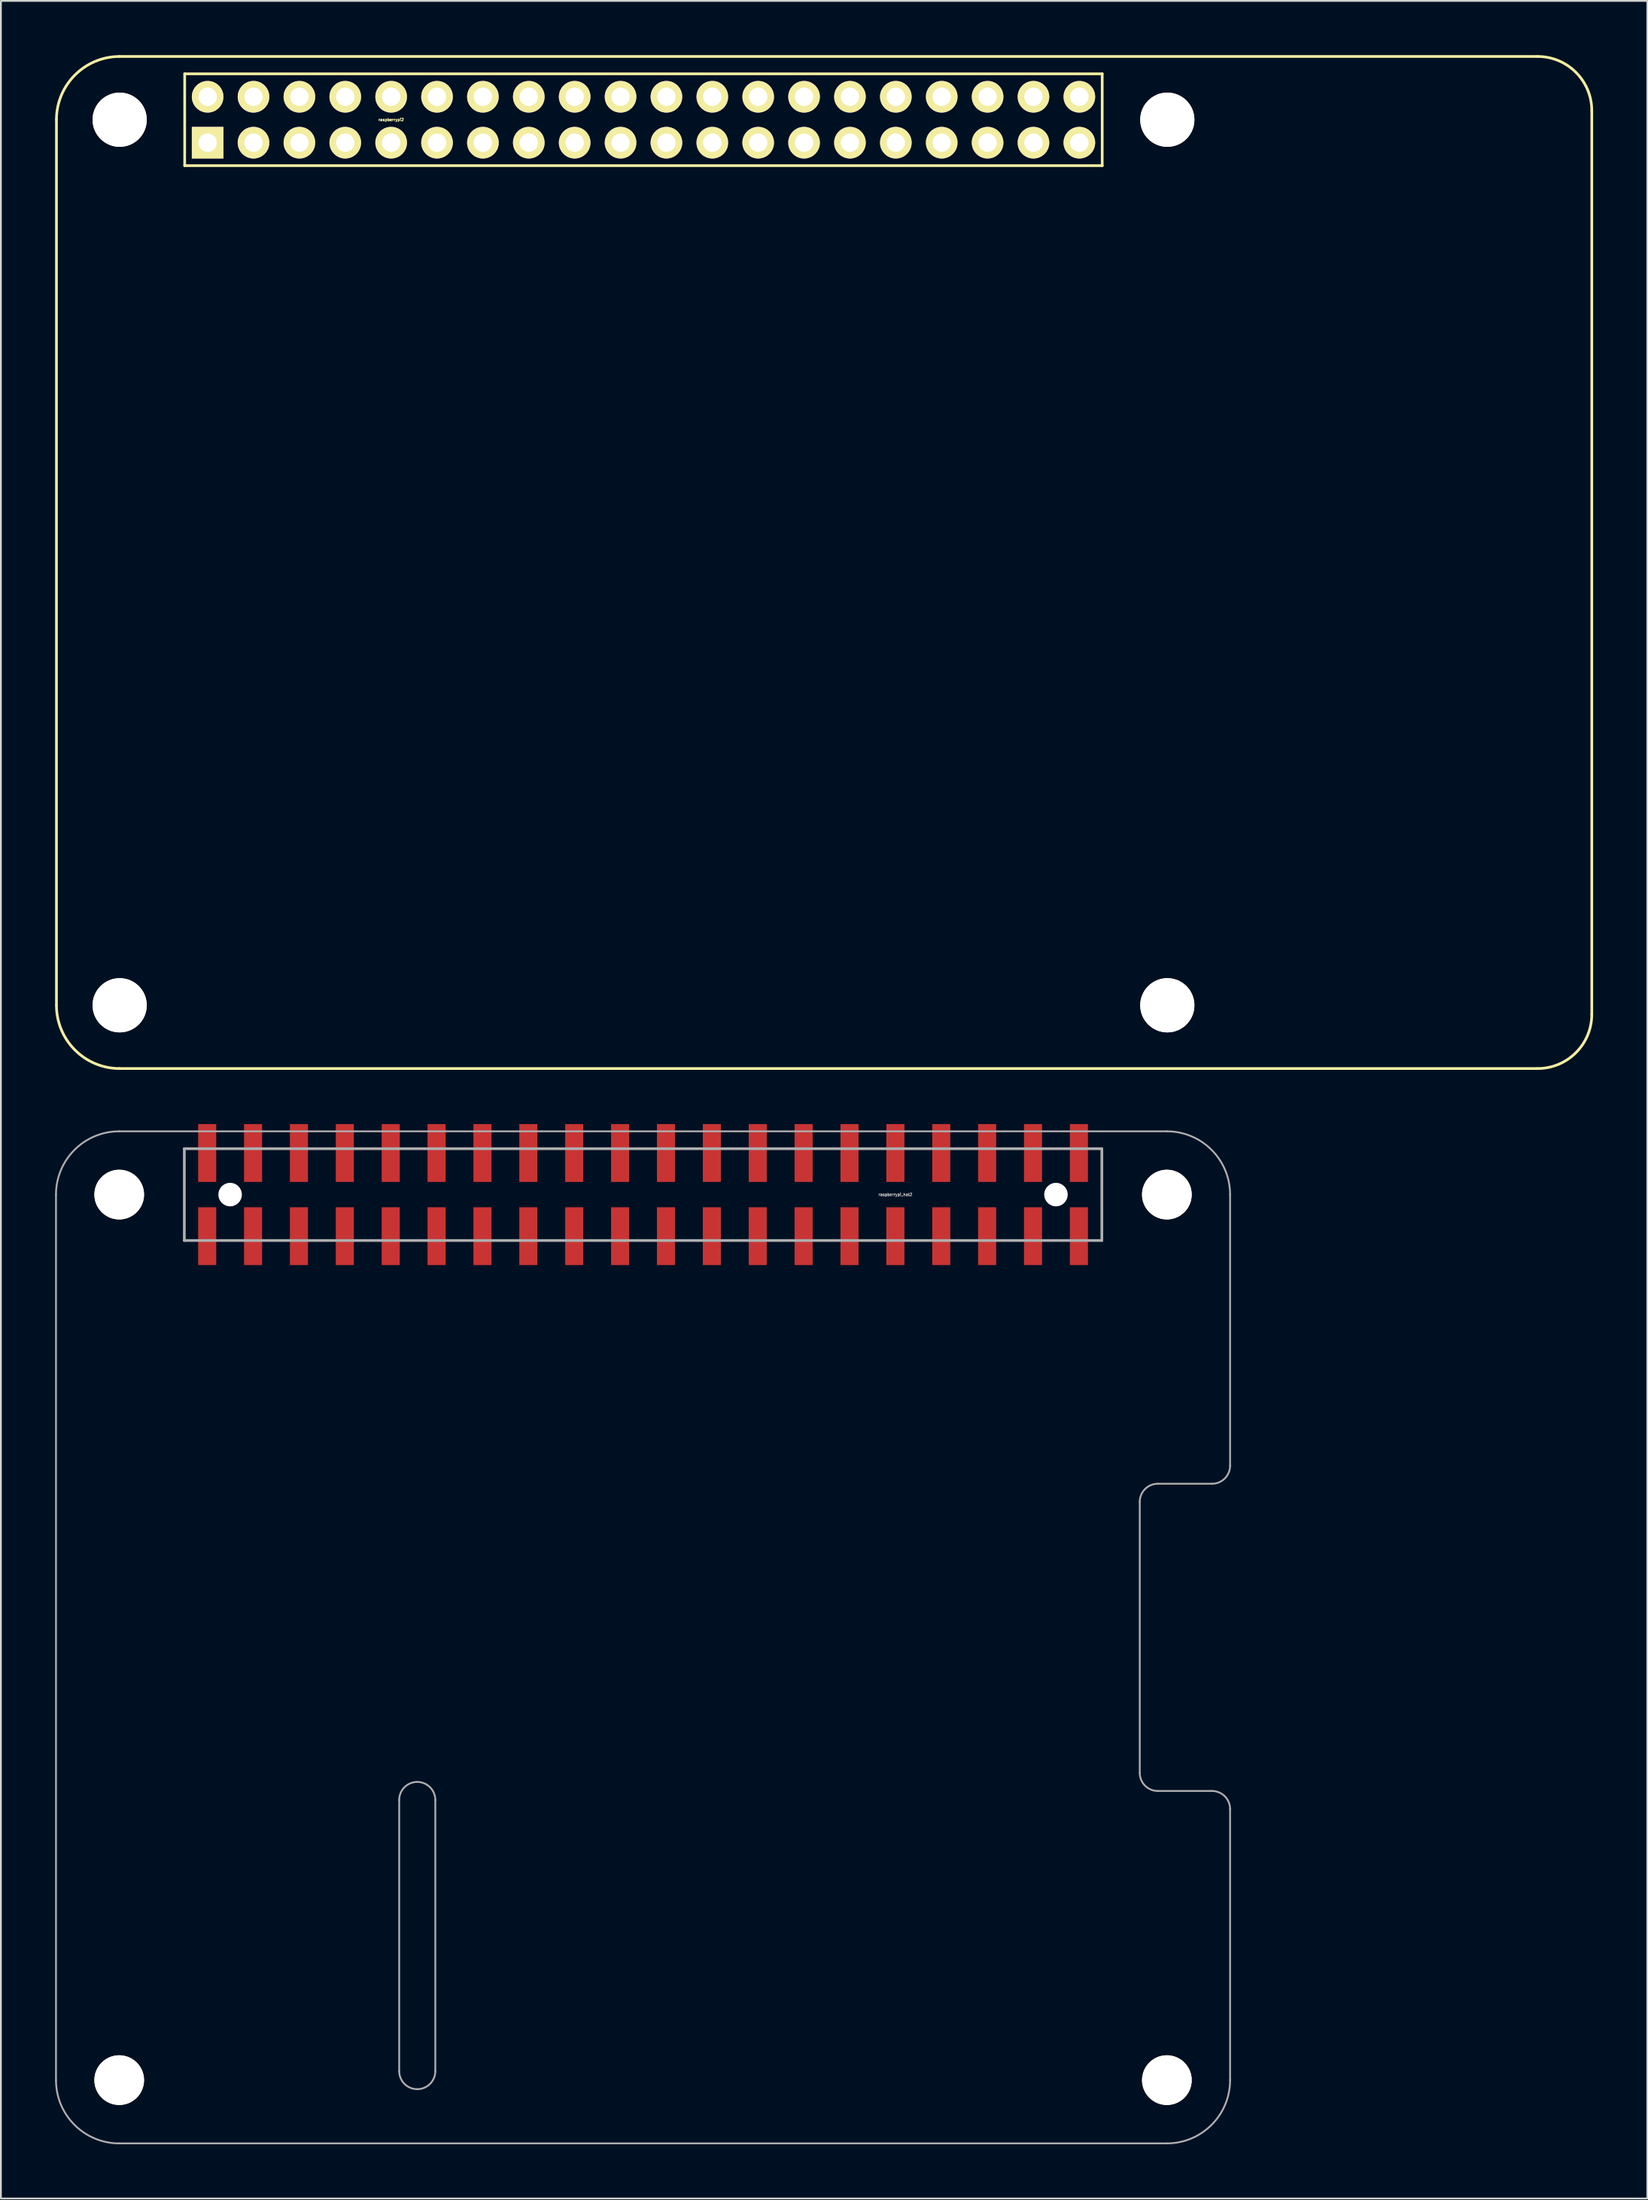
<source format=kicad_pcb>
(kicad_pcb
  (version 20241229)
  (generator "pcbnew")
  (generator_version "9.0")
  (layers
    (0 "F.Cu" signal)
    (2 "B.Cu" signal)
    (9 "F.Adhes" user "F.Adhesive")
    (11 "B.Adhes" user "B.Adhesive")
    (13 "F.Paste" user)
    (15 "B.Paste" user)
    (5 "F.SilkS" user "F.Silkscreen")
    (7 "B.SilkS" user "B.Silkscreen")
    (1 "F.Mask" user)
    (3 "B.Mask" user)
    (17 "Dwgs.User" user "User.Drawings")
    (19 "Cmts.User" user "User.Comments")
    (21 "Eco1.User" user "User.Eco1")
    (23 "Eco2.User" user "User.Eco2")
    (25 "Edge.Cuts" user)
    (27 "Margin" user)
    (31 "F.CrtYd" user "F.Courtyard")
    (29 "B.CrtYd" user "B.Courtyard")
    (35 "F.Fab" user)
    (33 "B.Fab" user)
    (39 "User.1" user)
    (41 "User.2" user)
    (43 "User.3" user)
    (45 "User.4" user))
  (footprint "raspberrypi2"
    (layer "F.Cu")
    (at 32.575 3.575)
    (property "Reference" "raspberrypi2" (at -13.97 0 0) (layer "F.SilkS") (effects (font (size 0.15 0.15) (thickness 0.037))))
    (attr through_hole)
    (fp_line (start -32.5 49) (end -32.5 0) (stroke (width 0.15) (type solid)) (layer "F.SilkS"))
    (fp_line (start -29 52.5) (end 49.5 52.5) (stroke (width 0.15) (type solid)) (layer "F.SilkS"))
    (fp_line (start -25.4 -2.54) (end -25.4 2.54) (stroke (width 0.15) (type solid)) (layer "F.SilkS"))
    (fp_line (start -25.4 -2.54) (end 25.4 -2.54) (stroke (width 0.15) (type solid)) (layer "F.SilkS"))
    (fp_line (start 25.395 2.54) (end 25.395 -2.54) (stroke (width 0.15) (type solid)) (layer "F.SilkS"))
    (fp_line (start 25.4 2.54) (end -25.4 2.54) (stroke (width 0.15) (type solid)) (layer "F.SilkS"))
    (fp_line (start 49.5 -3.5) (end -29 -3.5) (stroke (width 0.15) (type solid)) (layer "F.SilkS"))
    (fp_line (start 52.5 49.5) (end 52.5 -0.5) (stroke (width 0.15) (type solid)) (layer "F.SilkS"))
    (fp_arc (start -32.5 0) (mid -31.474874 -2.474874) (end -29 -3.5) (stroke (width 0.15) (type solid)) (layer "F.SilkS"))
    (fp_arc (start -29 52.5) (mid -31.474874 51.474874) (end -32.5 49) (stroke (width 0.15) (type solid)) (layer "F.SilkS"))
    (fp_arc (start 49.5 -3.5) (mid 51.62132 -2.62132) (end 52.5 -0.5) (stroke (width 0.15) (type solid)) (layer "F.SilkS"))
    (fp_arc (start 52.5 49.5) (mid 51.62132 51.62132) (end 49.5 52.5) (stroke (width 0.15) (type solid)) (layer "F.SilkS"))
    (pad "" np_thru_hole circle (at -29 0) (size 3 3) (drill 3) (layers "*.Cu" "*.Mask" "F.SilkS"))
    (pad "" np_thru_hole circle (at -29 49) (size 3 3) (drill 3) (layers "*.Cu" "*.Mask" "F.SilkS"))
    (pad "" np_thru_hole circle (at 29 0) (size 3 3) (drill 3) (layers "*.Cu" "*.Mask" "F.SilkS"))
    (pad "" np_thru_hole circle (at 29 49) (size 3 3) (drill 3) (layers "*.Cu" "*.Mask" "F.SilkS"))
    (pad "1" thru_hole rect (at -24.13 1.27) (size 1.75 1.75) (drill 1.016) (layers "*.Cu" "*.Mask" "F.SilkS"))
    (pad "2" thru_hole circle (at -24.13 -1.27) (size 1.75 1.75) (drill 1.016) (layers "*.Cu" "*.Mask" "F.SilkS"))
    (pad "3" thru_hole circle (at -21.59 1.27) (size 1.75 1.75) (drill 1.016) (layers "*.Cu" "*.Mask" "F.SilkS"))
    (pad "4" thru_hole circle (at -21.59 -1.27) (size 1.75 1.75) (drill 1.016) (layers "*.Cu" "*.Mask" "F.SilkS"))
    (pad "5" thru_hole circle (at -19.05 1.27) (size 1.75 1.75) (drill 1.016) (layers "*.Cu" "*.Mask" "F.SilkS"))
    (pad "6" thru_hole circle (at -19.05 -1.27) (size 1.75 1.75) (drill 1.016) (layers "*.Cu" "*.Mask" "F.SilkS"))
    (pad "7" thru_hole circle (at -16.51 1.27) (size 1.75 1.75) (drill 1.016) (layers "*.Cu" "*.Mask" "F.SilkS"))
    (pad "8" thru_hole circle (at -16.51 -1.27) (size 1.75 1.75) (drill 1.016) (layers "*.Cu" "*.Mask" "F.SilkS"))
    (pad "9" thru_hole circle (at -13.97 1.27) (size 1.75 1.75) (drill 1.016) (layers "*.Cu" "*.Mask" "F.SilkS"))
    (pad "10" thru_hole circle (at -13.97 -1.27) (size 1.75 1.75) (drill 1.016) (layers "*.Cu" "*.Mask" "F.SilkS"))
    (pad "11" thru_hole circle (at -11.43 1.27) (size 1.75 1.75) (drill 1.016) (layers "*.Cu" "*.Mask" "F.SilkS"))
    (pad "12" thru_hole circle (at -11.43 -1.27) (size 1.75 1.75) (drill 1.016) (layers "*.Cu" "*.Mask" "F.SilkS"))
    (pad "13" thru_hole circle (at -8.89 1.27) (size 1.75 1.75) (drill 1.016) (layers "*.Cu" "*.Mask" "F.SilkS"))
    (pad "14" thru_hole circle (at -8.89 -1.27) (size 1.75 1.75) (drill 1.016) (layers "*.Cu" "*.Mask" "F.SilkS"))
    (pad "15" thru_hole circle (at -6.35 1.27) (size 1.75 1.75) (drill 1.016) (layers "*.Cu" "*.Mask" "F.SilkS"))
    (pad "16" thru_hole circle (at -6.35 -1.27) (size 1.75 1.75) (drill 1.016) (layers "*.Cu" "*.Mask" "F.SilkS"))
    (pad "17" thru_hole circle (at -3.81 1.27) (size 1.75 1.75) (drill 1.016) (layers "*.Cu" "*.Mask" "F.SilkS"))
    (pad "18" thru_hole circle (at -3.81 -1.27) (size 1.75 1.75) (drill 1.016) (layers "*.Cu" "*.Mask" "F.SilkS"))
    (pad "19" thru_hole circle (at -1.27 1.27) (size 1.75 1.75) (drill 1.016) (layers "*.Cu" "*.Mask" "F.SilkS"))
    (pad "20" thru_hole circle (at -1.27 -1.27) (size 1.75 1.75) (drill 1.016) (layers "*.Cu" "*.Mask" "F.SilkS"))
    (pad "21" thru_hole circle (at 1.27 1.27) (size 1.75 1.75) (drill 1.016) (layers "*.Cu" "*.Mask" "F.SilkS"))
    (pad "22" thru_hole circle (at 1.27 -1.27) (size 1.75 1.75) (drill 1.016) (layers "*.Cu" "*.Mask" "F.SilkS"))
    (pad "23" thru_hole circle (at 3.81 1.27) (size 1.75 1.75) (drill 1.016) (layers "*.Cu" "*.Mask" "F.SilkS"))
    (pad "24" thru_hole circle (at 3.81 -1.27) (size 1.75 1.75) (drill 1.016) (layers "*.Cu" "*.Mask" "F.SilkS"))
    (pad "25" thru_hole circle (at 6.35 1.27) (size 1.75 1.75) (drill 1.016) (layers "*.Cu" "*.Mask" "F.SilkS"))
    (pad "26" thru_hole circle (at 6.35 -1.27) (size 1.75 1.75) (drill 1.016) (layers "*.Cu" "*.Mask" "F.SilkS"))
    (pad "27" thru_hole circle (at 8.89 1.27) (size 1.75 1.75) (drill 1.016) (layers "*.Cu" "*.Mask" "F.SilkS"))
    (pad "28" thru_hole circle (at 8.89 -1.27) (size 1.75 1.75) (drill 1.016) (layers "*.Cu" "*.Mask" "F.SilkS"))
    (pad "29" thru_hole circle (at 11.43 1.27) (size 1.75 1.75) (drill 1.016) (layers "*.Cu" "*.Mask" "F.SilkS"))
    (pad "30" thru_hole circle (at 11.43 -1.27) (size 1.75 1.75) (drill 1.016) (layers "*.Cu" "*.Mask" "F.SilkS"))
    (pad "31" thru_hole circle (at 13.97 -1.27) (size 1.75 1.75) (drill 1.016) (layers "*.Cu" "*.Mask" "F.SilkS"))
    (pad "32" thru_hole circle (at 13.97 1.27) (size 1.75 1.75) (drill 1.016) (layers "*.Cu" "*.Mask" "F.SilkS"))
    (pad "33" thru_hole circle (at 16.51 -1.27) (size 1.75 1.75) (drill 1.016) (layers "*.Cu" "*.Mask" "F.SilkS"))
    (pad "34" thru_hole circle (at 16.51 1.27) (size 1.75 1.75) (drill 1.016) (layers "*.Cu" "*.Mask" "F.SilkS"))
    (pad "35" thru_hole circle (at 19.05 -1.27) (size 1.75 1.75) (drill 1.016) (layers "*.Cu" "*.Mask" "F.SilkS"))
    (pad "36" thru_hole circle (at 19.05 1.27) (size 1.75 1.75) (drill 1.016) (layers "*.Cu" "*.Mask" "F.SilkS"))
    (pad "37" thru_hole circle (at 21.59 -1.27) (size 1.75 1.75) (drill 1.016) (layers "*.Cu" "*.Mask" "F.SilkS"))
    (pad "38" thru_hole circle (at 21.59 1.27) (size 1.75 1.75) (drill 1.016) (layers "*.Cu" "*.Mask" "F.SilkS"))
    (pad "39" thru_hole circle (at 24.13 -1.27) (size 1.75 1.75) (drill 1.016) (layers "*.Cu" "*.Mask" "F.SilkS"))
    (pad "40" thru_hole circle (at 24.13 1.27) (size 1.75 1.75) (drill 1.016) (layers "*.Cu" "*.Mask" "F.SilkS")))
  (footprint "raspberrypi_hat2"
    (layer "F.Cu")
    (at 32.55 63.05)
    (property "Reference" "raspberrypi_hat2" (at 13.97 0 0) (layer "F.Fab") (effects (font (size 0.15 0.15) (thickness 0.037))))
    (attr through_hole)
    (fp_line (start -32.5 0) (end -32.5 49) (stroke (width 0.1) (type solid)) (layer "F.Fab"))
    (fp_line (start -29 52.5) (end 29 52.5) (stroke (width 0.1) (type solid)) (layer "F.Fab"))
    (fp_line (start -25.4 2.54) (end 25.4 2.54) (stroke (width 0.15) (type solid)) (layer "F.Fab"))
    (fp_line (start -25.395 2.54) (end -25.395 -2.54) (stroke (width 0.15) (type solid)) (layer "F.Fab"))
    (fp_line (start -13.5 48.5) (end -13.5 33.5) (stroke (width 0.1) (type solid)) (layer "F.Fab"))
    (fp_line (start -11.5 33.5) (end -11.5 48.5) (stroke (width 0.1) (type solid)) (layer "F.Fab"))
    (fp_line (start 25.4 -2.54) (end -25.4 -2.54) (stroke (width 0.15) (type solid)) (layer "F.Fab"))
    (fp_line (start 25.4 -2.54) (end 25.4 2.54) (stroke (width 0.15) (type solid)) (layer "F.Fab"))
    (fp_line (start 27.5 32) (end 27.5 17) (stroke (width 0.1) (type solid)) (layer "F.Fab"))
    (fp_line (start 28.5 16) (end 31.5 16) (stroke (width 0.1) (type solid)) (layer "F.Fab"))
    (fp_line (start 28.5 33) (end 31.5 33) (stroke (width 0.1) (type solid)) (layer "F.Fab"))
    (fp_line (start 29 -3.5) (end -29 -3.5) (stroke (width 0.1) (type solid)) (layer "F.Fab"))
    (fp_line (start 32.5 15) (end 32.5 0) (stroke (width 0.1) (type solid)) (layer "F.Fab"))
    (fp_line (start 32.5 49) (end 32.5 34) (stroke (width 0.1) (type solid)) (layer "F.Fab"))
    (fp_arc (start -32.5 0) (mid -31.474874 -2.474874) (end -29 -3.5) (stroke (width 0.1) (type solid)) (layer "F.Fab"))
    (fp_arc (start -29 52.5) (mid -31.474874 51.474874) (end -32.5 49) (stroke (width 0.1) (type solid)) (layer "F.Fab"))
    (fp_arc (start -13.5 33.5) (mid -13.207107 32.792893) (end -12.5 32.5) (stroke (width 0.1) (type solid)) (layer "F.Fab"))
    (fp_arc (start -12.5 32.5) (mid -11.792893 32.792893) (end -11.5 33.5) (stroke (width 0.1) (type solid)) (layer "F.Fab"))
    (fp_arc (start -12.5 49.5) (mid -13.207107 49.207107) (end -13.5 48.5) (stroke (width 0.1) (type solid)) (layer "F.Fab"))
    (fp_arc (start -11.5 48.5) (mid -11.792893 49.207107) (end -12.5 49.5) (stroke (width 0.1) (type solid)) (layer "F.Fab"))
    (fp_arc (start 27.5 17) (mid 27.792893 16.292893) (end 28.5 16) (stroke (width 0.1) (type solid)) (layer "F.Fab"))
    (fp_arc (start 28.5 33) (mid 27.792893 32.707107) (end 27.5 32) (stroke (width 0.1) (type solid)) (layer "F.Fab"))
    (fp_arc (start 29 -3.5) (mid 31.474874 -2.474874) (end 32.5 0) (stroke (width 0.1) (type solid)) (layer "F.Fab"))
    (fp_arc (start 31.5 33) (mid 32.207107 33.292893) (end 32.5 34) (stroke (width 0.1) (type solid)) (layer "F.Fab"))
    (fp_arc (start 32.5 15) (mid 32.207107 15.707107) (end 31.5 16) (stroke (width 0.1) (type solid)) (layer "F.Fab"))
    (fp_arc (start 32.5 49) (mid 31.474874 51.474874) (end 29 52.5) (stroke (width 0.1) (type solid)) (layer "F.Fab"))
    (pad "" np_thru_hole circle (at -29 0) (size 2.75 2.75) (drill 2.75) (layers "*.Cu" "*.Mask" "F.SilkS"))
    (pad "" np_thru_hole circle (at -29 49) (size 2.75 2.75) (drill 2.75) (layers "*.Cu" "*.Mask" "F.SilkS"))
    (pad "" np_thru_hole circle (at -22.86 0) (size 1.3 1.3) (drill 1.3) (layers "*.Cu" "*.Mask"))
    (pad "" np_thru_hole circle (at 22.86 0) (size 1.3 1.3) (drill 1.3) (layers "*.Cu" "*.Mask"))
    (pad "" np_thru_hole circle (at 29 0) (size 2.75 2.75) (drill 2.75) (layers "*.Cu" "*.Mask" "F.SilkS"))
    (pad "" np_thru_hole circle (at 29 49) (size 2.75 2.75) (drill 2.75) (layers "*.Cu" "*.Mask" "F.SilkS"))
    (pad "1" smd rect (at 24.13 2.3) (size 1 3.2) (layers "F.Cu" "F.Mask" "F.Paste"))
    (pad "2" smd rect (at 24.13 -2.3) (size 1 3.2) (layers "F.Cu" "F.Mask" "F.Paste"))
    (pad "3" smd rect (at 21.59 2.3) (size 1 3.2) (layers "F.Cu" "F.Mask" "F.Paste"))
    (pad "4" smd rect (at 21.59 -2.3) (size 1 3.2) (layers "F.Cu" "F.Mask" "F.Paste"))
    (pad "5" smd rect (at 19.05 2.3) (size 1 3.2) (layers "F.Cu" "F.Mask" "F.Paste"))
    (pad "6" smd rect (at 19.05 -2.3) (size 1 3.2) (layers "F.Cu" "F.Mask" "F.Paste"))
    (pad "7" smd rect (at 16.51 2.3) (size 1 3.2) (layers "F.Cu" "F.Mask" "F.Paste"))
    (pad "8" smd rect (at 16.51 -2.3) (size 1 3.2) (layers "F.Cu" "F.Mask" "F.Paste"))
    (pad "9" smd rect (at 13.97 2.3) (size 1 3.2) (layers "F.Cu" "F.Mask" "F.Paste"))
    (pad "10" smd rect (at 13.97 -2.3) (size 1 3.2) (layers "F.Cu" "F.Mask" "F.Paste"))
    (pad "11" smd rect (at 11.43 2.3) (size 1 3.2) (layers "F.Cu" "F.Mask" "F.Paste"))
    (pad "12" smd rect (at 11.43 -2.3) (size 1 3.2) (layers "F.Cu" "F.Mask" "F.Paste"))
    (pad "13" smd rect (at 8.89 2.3) (size 1 3.2) (layers "F.Cu" "F.Mask" "F.Paste"))
    (pad "14" smd rect (at 8.89 -2.3) (size 1 3.2) (layers "F.Cu" "F.Mask" "F.Paste"))
    (pad "15" smd rect (at 6.35 2.3) (size 1 3.2) (layers "F.Cu" "F.Mask" "F.Paste"))
    (pad "16" smd rect (at 6.35 -2.3) (size 1 3.2) (layers "F.Cu" "F.Mask" "F.Paste"))
    (pad "17" smd rect (at 3.81 2.3) (size 1 3.2) (layers "F.Cu" "F.Mask" "F.Paste"))
    (pad "18" smd rect (at 3.81 -2.3) (size 1 3.2) (layers "F.Cu" "F.Mask" "F.Paste"))
    (pad "19" smd rect (at 1.27 2.3) (size 1 3.2) (layers "F.Cu" "F.Mask" "F.Paste"))
    (pad "20" smd rect (at 1.27 -2.3) (size 1 3.2) (layers "F.Cu" "F.Mask" "F.Paste"))
    (pad "21" smd rect (at -1.27 2.3) (size 1 3.2) (layers "F.Cu" "F.Mask" "F.Paste"))
    (pad "22" smd rect (at -1.27 -2.3) (size 1 3.2) (layers "F.Cu" "F.Mask" "F.Paste"))
    (pad "23" smd rect (at -3.81 2.3) (size 1 3.2) (layers "F.Cu" "F.Mask" "F.Paste"))
    (pad "24" smd rect (at -3.81 -2.3) (size 1 3.2) (layers "F.Cu" "F.Mask" "F.Paste"))
    (pad "25" smd rect (at -6.35 2.3) (size 1 3.2) (layers "F.Cu" "F.Mask" "F.Paste"))
    (pad "26" smd rect (at -6.35 -2.3) (size 1 3.2) (layers "F.Cu" "F.Mask" "F.Paste"))
    (pad "27" smd rect (at -8.89 2.3) (size 1 3.2) (layers "F.Cu" "F.Mask" "F.Paste"))
    (pad "28" smd rect (at -8.89 -2.3) (size 1 3.2) (layers "F.Cu" "F.Mask" "F.Paste"))
    (pad "29" smd rect (at -11.43 2.3) (size 1 3.2) (layers "F.Cu" "F.Mask" "F.Paste"))
    (pad "30" smd rect (at -11.43 -2.3) (size 1 3.2) (layers "F.Cu" "F.Mask" "F.Paste"))
    (pad "31" smd rect (at -13.97 2.3) (size 1 3.2) (layers "F.Cu" "F.Mask" "F.Paste"))
    (pad "32" smd rect (at -13.97 -2.3) (size 1 3.2) (layers "F.Cu" "F.Mask" "F.Paste"))
    (pad "33" smd rect (at -16.51 2.3) (size 1 3.2) (layers "F.Cu" "F.Mask" "F.Paste"))
    (pad "34" smd rect (at -16.51 -2.3) (size 1 3.2) (layers "F.Cu" "F.Mask" "F.Paste"))
    (pad "35" smd rect (at -19.05 2.3) (size 1 3.2) (layers "F.Cu" "F.Mask" "F.Paste"))
    (pad "36" smd rect (at -19.05 -2.3) (size 1 3.2) (layers "F.Cu" "F.Mask" "F.Paste"))
    (pad "37" smd rect (at -21.59 2.3) (size 1 3.2) (layers "F.Cu" "F.Mask" "F.Paste"))
    (pad "38" smd rect (at -21.59 -2.3) (size 1 3.2) (layers "F.Cu" "F.Mask" "F.Paste"))
    (pad "39" smd rect (at -24.13 2.3) (size 1 3.2) (layers "F.Cu" "F.Mask" "F.Paste"))
    (pad "40" smd rect (at -24.13 -2.3) (size 1 3.2) (layers "F.Cu" "F.Mask" "F.Paste")))
  (gr_rect
    (start -3 -3)
    (end 88.15 118.6)
    (stroke (width 0.1) (type default))
    (fill no)
    (layer "Edge.Cuts")))
</source>
